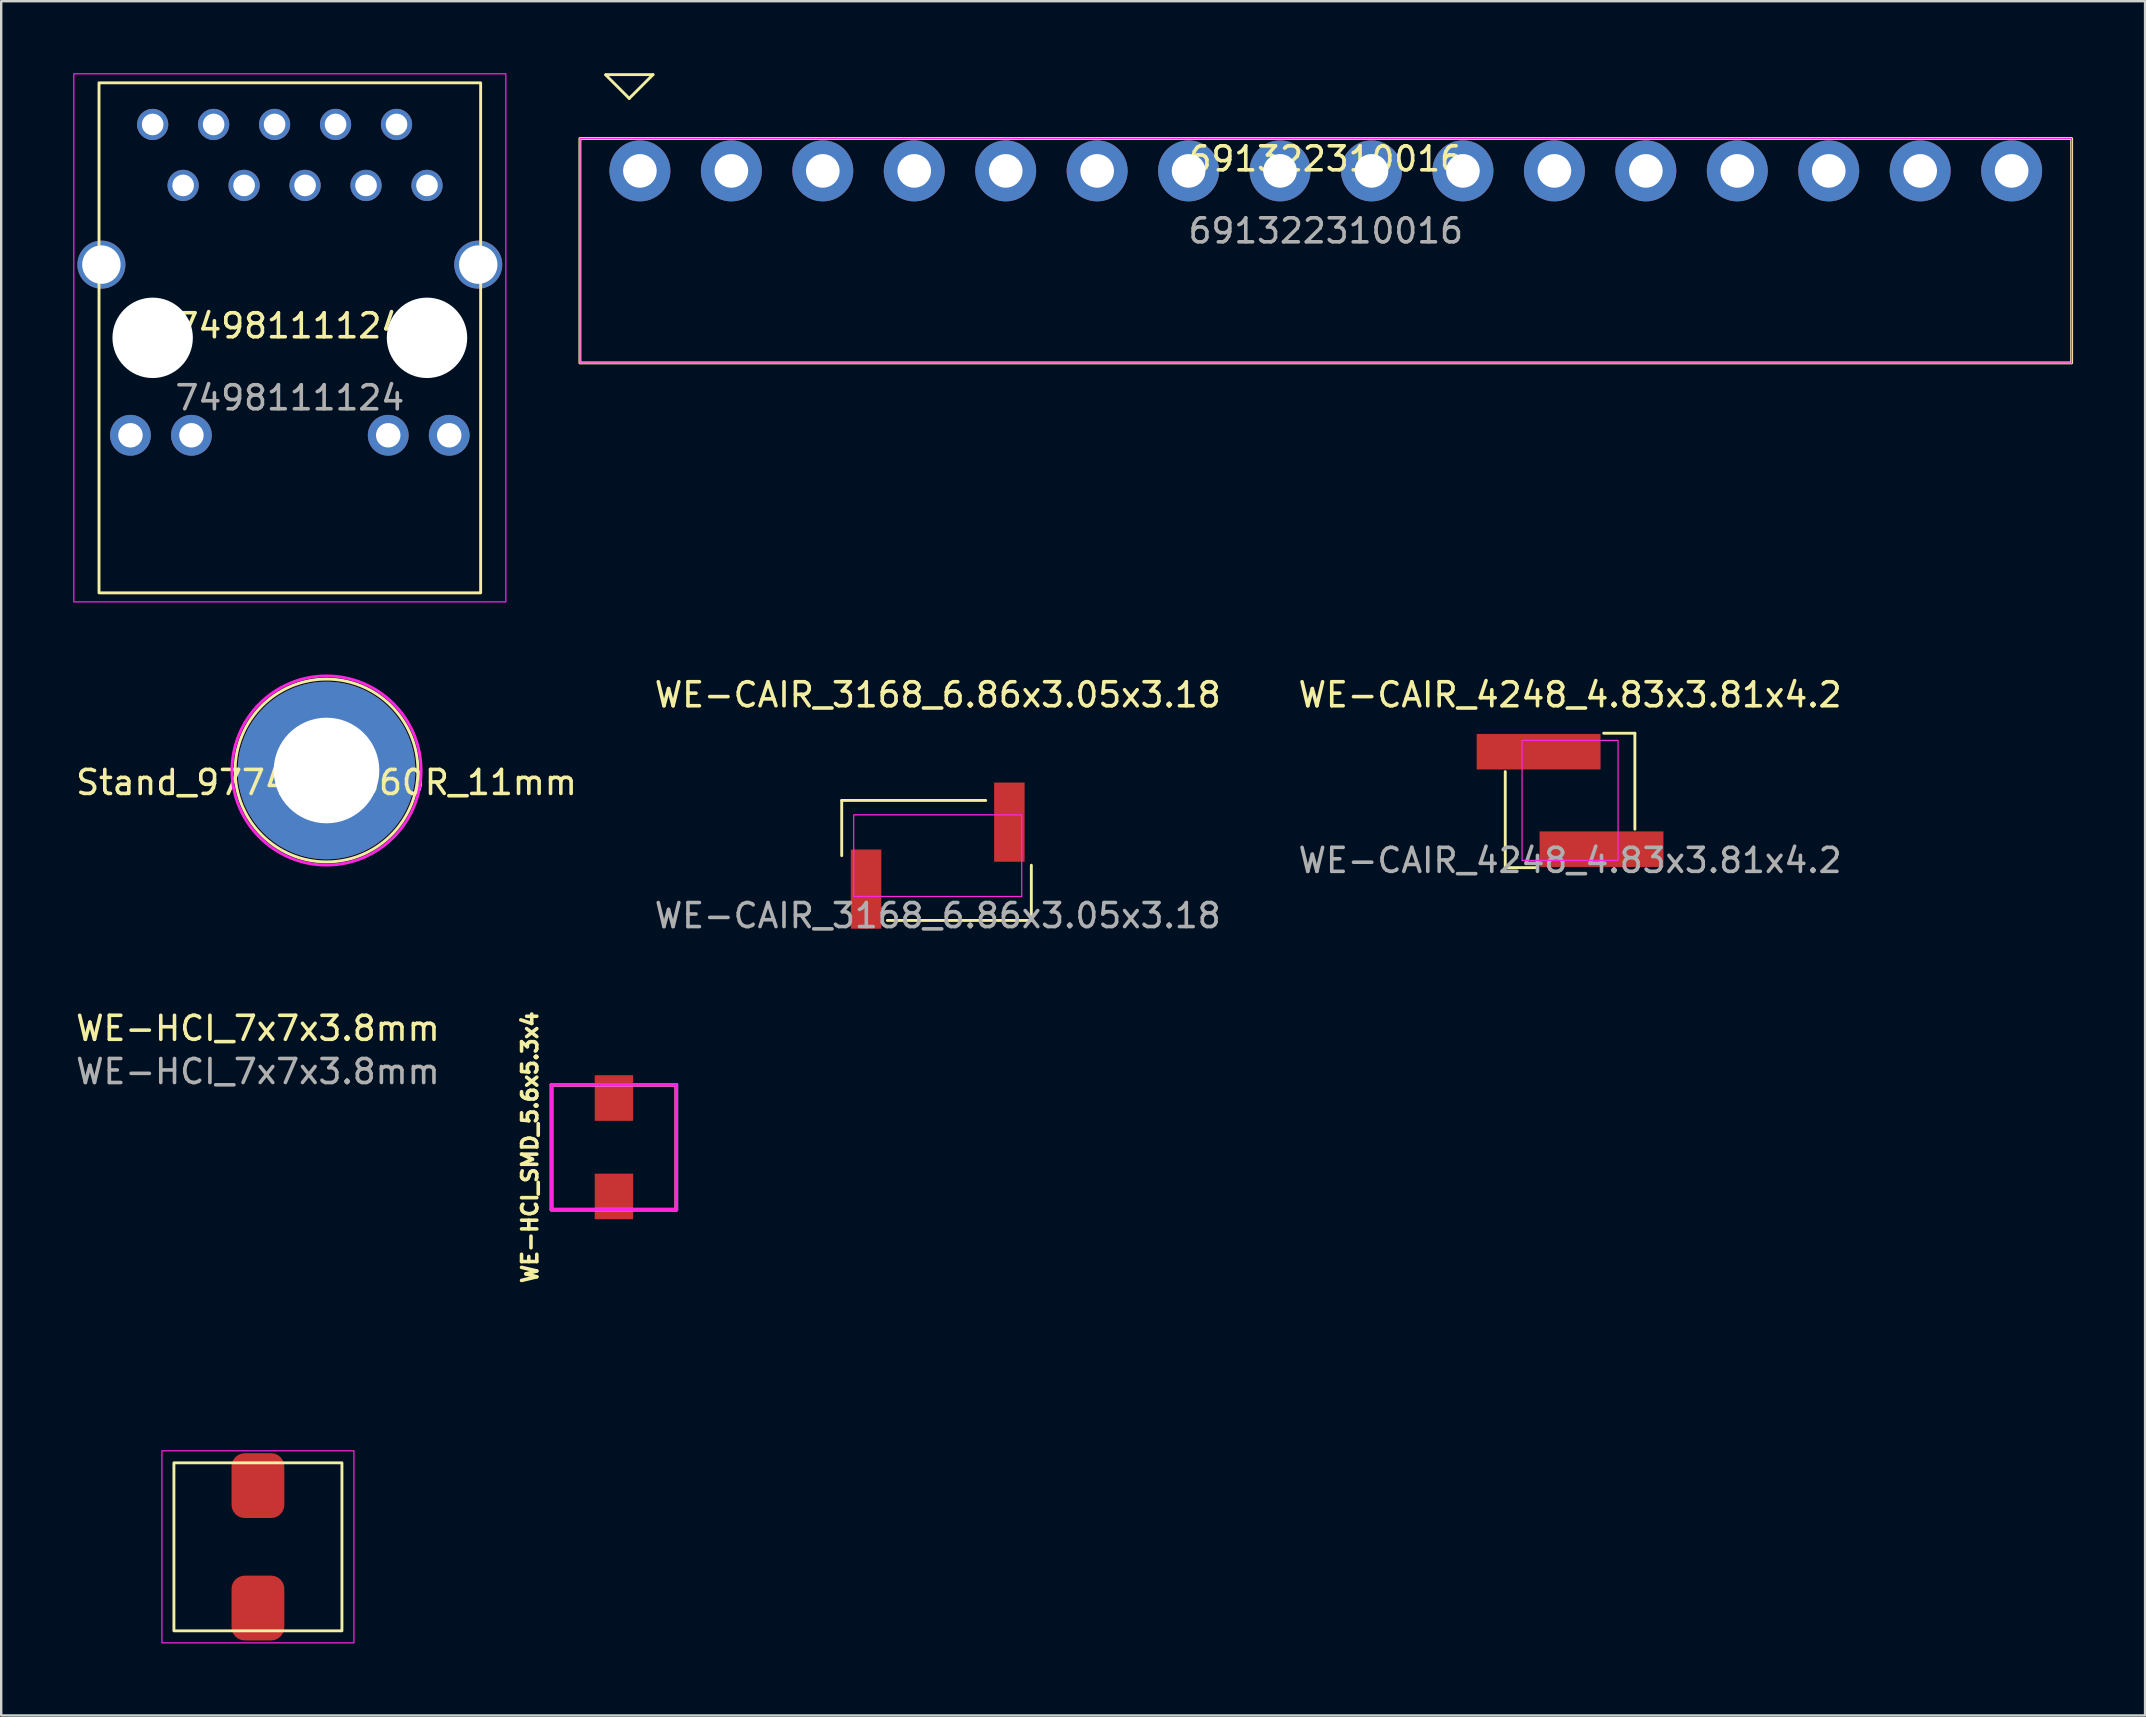
<source format=kicad_pcb>
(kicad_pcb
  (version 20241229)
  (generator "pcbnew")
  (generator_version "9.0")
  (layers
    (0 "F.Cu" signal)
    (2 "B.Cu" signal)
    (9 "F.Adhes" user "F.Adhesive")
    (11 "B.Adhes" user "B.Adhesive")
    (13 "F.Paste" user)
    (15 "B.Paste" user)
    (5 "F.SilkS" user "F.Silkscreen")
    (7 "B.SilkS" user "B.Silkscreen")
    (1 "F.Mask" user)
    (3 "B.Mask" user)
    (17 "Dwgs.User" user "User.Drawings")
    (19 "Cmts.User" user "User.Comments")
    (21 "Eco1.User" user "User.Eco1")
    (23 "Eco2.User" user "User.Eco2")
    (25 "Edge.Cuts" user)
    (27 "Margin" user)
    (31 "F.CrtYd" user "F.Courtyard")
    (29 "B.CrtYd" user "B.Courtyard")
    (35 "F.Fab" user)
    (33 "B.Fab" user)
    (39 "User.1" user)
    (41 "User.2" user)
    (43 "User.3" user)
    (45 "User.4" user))
  (footprint "WE-HCI_7x7x3.8mm"
    (layer "F.Cu")
    (at 7.696 61.395)
    (property "Reference" "WE-HCI_7x7x3.8mm" (at 0 -21.6 0) (unlocked yes) (layer "F.SilkS") (effects (font (size 1 1) (thickness 0.15))))
    (attr smd)
    (fp_rect (start -3.5 -3.5) (end 3.5 3.5) (stroke (width 0.12) (type solid)) (fill no) (layer "F.SilkS"))
    (fp_rect (start -4 -4) (end 4 4) (stroke (width 0.05) (type solid)) (fill no) (layer "F.CrtYd"))
    (fp_text user "${REFERENCE}" (at 0 -19.8 0) (unlocked yes) (layer "F.Fab") (effects (font (size 1 1) (thickness 0.15))))
    (pad "1" smd roundrect (at 0 -2.55) (size 2.2 2.7) (layers "F.Cu" "F.Mask" "F.Paste") (roundrect_rratio 0.25))
    (pad "2" smd roundrect (at 0 2.55) (size 2.2 2.7) (layers "F.Cu" "F.Mask" "F.Paste") (roundrect_rratio 0.25)))
  (footprint "691322310016"
    (layer "F.Cu")
    (at 52.185 4.07)
    (property "Reference" "691322310016" (at 0 -0.5 0) (unlocked yes) (layer "F.SilkS") (effects (font (size 1 1) (thickness 0.15))))
    (attr through_hole)
    (fp_line (start -30 -4) (end -29.02 -3.02) (stroke (width 0.12) (type default)) (layer "F.SilkS"))
    (fp_line (start -29.02 -3.02) (end -28.03 -4.01) (stroke (width 0.12) (type default)) (layer "F.SilkS"))
    (fp_line (start -28.03 -4.01) (end -30 -4.01) (stroke (width 0.12) (type default)) (layer "F.SilkS"))
    (fp_rect (start -31.075 -1.35) (end 31.075 8) (stroke (width 0.12) (type solid)) (fill no) (layer "F.SilkS"))
    (fp_rect (start -31.07 -1.35) (end 31.07 8) (stroke (width 0.05) (type default)) (fill no) (layer "F.CrtYd"))
    (fp_text user "${REFERENCE}" (at 0 2.5 0) (unlocked yes) (layer "F.Fab") (effects (font (size 1 1) (thickness 0.15))))
    (pad "1" thru_hole circle (at -28.575 0) (size 2.54 2.54) (drill 1.4) (layers "*.Cu" "*.Mask"))
    (pad "2" thru_hole circle (at -24.765 0) (size 2.54 2.54) (drill 1.4) (layers "*.Cu" "*.Mask"))
    (pad "3" thru_hole circle (at -20.955 0) (size 2.54 2.54) (drill 1.4) (layers "*.Cu" "*.Mask"))
    (pad "4" thru_hole circle (at -17.145 0) (size 2.54 2.54) (drill 1.4) (layers "*.Cu" "*.Mask"))
    (pad "5" thru_hole circle (at -13.335 0) (size 2.54 2.54) (drill 1.4) (layers "*.Cu" "*.Mask"))
    (pad "6" thru_hole circle (at -9.525 0) (size 2.54 2.54) (drill 1.4) (layers "*.Cu" "*.Mask"))
    (pad "7" thru_hole circle (at -5.715 0) (size 2.54 2.54) (drill 1.4) (layers "*.Cu" "*.Mask"))
    (pad "8" thru_hole circle (at -1.905 0) (size 2.54 2.54) (drill 1.4) (layers "*.Cu" "*.Mask"))
    (pad "9" thru_hole circle (at 1.905 0) (size 2.54 2.54) (drill 1.4) (layers "*.Cu" "*.Mask"))
    (pad "10" thru_hole circle (at 5.715 0) (size 2.54 2.54) (drill 1.4) (layers "*.Cu" "*.Mask"))
    (pad "11" thru_hole circle (at 9.525 0) (size 2.54 2.54) (drill 1.4) (layers "*.Cu" "*.Mask"))
    (pad "12" thru_hole circle (at 13.335 0) (size 2.54 2.54) (drill 1.4) (layers "*.Cu" "*.Mask"))
    (pad "13" thru_hole circle (at 17.145 0) (size 2.54 2.54) (drill 1.4) (layers "*.Cu" "*.Mask"))
    (pad "14" thru_hole circle (at 20.955 0) (size 2.54 2.54) (drill 1.4) (layers "*.Cu" "*.Mask"))
    (pad "15" thru_hole circle (at 24.765 0) (size 2.54 2.54) (drill 1.4) (layers "*.Cu" "*.Mask"))
    (pad "16" thru_hole circle (at 28.575 0) (size 2.54 2.54) (drill 1.4) (layers "*.Cu" "*.Mask")))
  (footprint "WE-CAIR_4248_4.83x3.81x4.2"
    (layer "F.Cu")
    (at 62.363 30.298)
    (property "Reference" "WE-CAIR_4248_4.83x3.81x4.2" (at 0 -4.4 0) (unlocked yes) (layer "F.SilkS") (effects (font (size 1 1) (thickness 0.15))))
    (attr smd)
    (fp_line (start -2.7 2.8) (end -2.7 -1.2) (stroke (width 0.12) (type solid)) (layer "F.SilkS"))
    (fp_line (start -1.4 2.8) (end -2.7 2.8) (stroke (width 0.12) (type solid)) (layer "F.SilkS"))
    (fp_line (start 1.4 -2.8) (end 2.7 -2.8) (stroke (width 0.12) (type solid)) (layer "F.SilkS"))
    (fp_line (start 2.7 -2.8) (end 2.7 1.2) (stroke (width 0.12) (type solid)) (layer "F.SilkS"))
    (fp_rect (start -2 -2.5) (end 2 2.5) (stroke (width 0.05) (type solid)) (fill no) (layer "F.CrtYd"))
    (fp_text user "${REFERENCE}" (at 0 2.5 0) (unlocked yes) (layer "F.Fab") (effects (font (size 1 1) (thickness 0.15))))
    (pad "1" smd rect (at -1.31 -2.03) (size 5.16 1.48) (layers "F.Cu" "F.Mask" "F.Paste"))
    (pad "2" smd rect (at 1.31 2.03) (size 5.16 1.48) (layers "F.Cu" "F.Mask" "F.Paste")))
  (footprint "7498111124"
    (layer "F.Cu")
    (at 9.025 11.025)
    (property "Reference" "7498111124" (at 0 -0.5 0) (unlocked yes) (layer "F.SilkS") (effects (font (size 1 1) (thickness 0.15))))
    (attr through_hole)
    (fp_rect (start -7.95 -10.625) (end 7.95 10.625) (stroke (width 0.12) (type default)) (fill no) (layer "F.SilkS"))
    (fp_rect (start -9 -11) (end 9 11) (stroke (width 0.05) (type default)) (fill no) (layer "F.CrtYd"))
    (fp_text user "${REFERENCE}" (at 0 2.5 0) (unlocked yes) (layer "F.Fab") (effects (font (size 1 1) (thickness 0.15))))
    (pad "" np_thru_hole circle (at -5.715 0) (size 3.35 3.35) (drill 3.35) (layers "*.Cu" "*.Mask"))
    (pad "" np_thru_hole circle (at 5.715 0) (size 3.35 3.35) (drill 3.35) (layers "*.Cu" "*.Mask"))
    (pad "0" thru_hole circle (at -7.85 -3.05) (size 2 2) (drill 1.6) (layers "*.Cu" "*.Mask"))
    (pad "0" thru_hole circle (at 7.85 -3.05) (size 2 2) (drill 1.6) (layers "*.Cu" "*.Mask"))
    (pad "1" thru_hole circle (at -5.715 -8.89) (size 1.3 1.3) (drill 0.9) (layers "*.Cu" "*.Mask"))
    (pad "2" thru_hole circle (at -4.445 -6.35) (size 1.3 1.3) (drill 0.9) (layers "*.Cu" "*.Mask"))
    (pad "3" thru_hole circle (at -3.175 -8.89) (size 1.3 1.3) (drill 0.9) (layers "*.Cu" "*.Mask"))
    (pad "4" thru_hole circle (at -1.905 -6.35) (size 1.3 1.3) (drill 0.9) (layers "*.Cu" "*.Mask"))
    (pad "5" thru_hole circle (at -0.635 -8.89) (size 1.3 1.3) (drill 0.9) (layers "*.Cu" "*.Mask"))
    (pad "6" thru_hole circle (at 0.635 -6.35) (size 1.3 1.3) (drill 0.9) (layers "*.Cu" "*.Mask"))
    (pad "7" thru_hole circle (at 1.905 -8.89) (size 1.3 1.3) (drill 0.9) (layers "*.Cu" "*.Mask"))
    (pad "8" thru_hole circle (at 3.175 -6.35) (size 1.3 1.3) (drill 0.9) (layers "*.Cu" "*.Mask"))
    (pad "9" thru_hole circle (at 4.445 -8.89) (size 1.3 1.3) (drill 0.9) (layers "*.Cu" "*.Mask"))
    (pad "10" thru_hole circle (at 5.715 -6.35) (size 1.3 1.3) (drill 0.9) (layers "*.Cu" "*.Mask"))
    (pad "11" thru_hole circle (at -6.64 4.06) (size 1.7 1.7) (drill 1.02) (layers "*.Cu" "*.Mask"))
    (pad "12" thru_hole circle (at -4.1 4.06) (size 1.7 1.7) (drill 1.02) (layers "*.Cu" "*.Mask"))
    (pad "13" thru_hole circle (at 4.1 4.06) (size 1.7 1.7) (drill 1.02) (layers "*.Cu" "*.Mask"))
    (pad "14" thru_hole circle (at 6.64 4.06) (size 1.7 1.7) (drill 1.02) (layers "*.Cu" "*.Mask")))
  (footprint "Stand_9774110360R_11mm"
    (layer "F.Cu")
    (at 10.554 29.051)
    (property "Reference" "Stand_9774110360R_11mm" (at 0 0.5 0) (layer "F.SilkS") (effects (font (size 1 1) (thickness 0.15))))
    (attr through_hole)
    (fp_circle (center 0 0) (end 3.3 1.9) (stroke (width 0.12) (type solid)) (fill no) (layer "F.SilkS"))
    (fp_circle (center 0 0) (end 2.3 3.2) (stroke (width 0.12) (type solid)) (fill no) (layer "F.CrtYd"))
    (pad "1" thru_hole circle (at 0 0) (size 7.4 7.4) (drill 4.4) (layers "*.Cu" "*.Mask")))
  (footprint "WE-HCI_SMD_5.6x5.3x4"
    (layer "F.Cu")
    (at 22.528 44.747)
    (property "Reference" "WE-HCI_SMD_5.6x5.3x4" (at -3.5 0 90) (layer "F.SilkS") (effects (font (size 0.635 0.635) (thickness 0.15))))
    (attr through_hole)
    (fp_line (start -2.6 -2.6) (end 2.6 -2.6) (stroke (width 0.15) (type solid)) (layer "F.SilkS"))
    (fp_line (start -2.6 2.6) (end -2.6 -2.6) (stroke (width 0.15) (type solid)) (layer "F.SilkS"))
    (fp_line (start 2.6 -2.6) (end 2.6 2.6) (stroke (width 0.15) (type solid)) (layer "F.SilkS"))
    (fp_line (start 2.6 2.6) (end -2.6 2.6) (stroke (width 0.15) (type solid)) (layer "F.SilkS"))
    (fp_line (start -2.6 -2.6) (end 2.6 -2.6) (stroke (width 0.15) (type solid)) (layer "F.CrtYd"))
    (fp_line (start -2.6 2.6) (end -2.6 -2.6) (stroke (width 0.15) (type solid)) (layer "F.CrtYd"))
    (fp_line (start 2.6 -2.6) (end 2.6 2.6) (stroke (width 0.15) (type solid)) (layer "F.CrtYd"))
    (fp_line (start 2.6 2.6) (end -2.6 2.6) (stroke (width 0.15) (type solid)) (layer "F.CrtYd"))
    (pad "1" smd rect (at 0 -2.05) (size 1.6 1.9) (layers "F.Cu" "F.Mask" "F.Paste"))
    (pad "2" smd rect (at 0 2.05) (size 1.6 1.9) (layers "F.Cu" "F.Mask" "F.Paste")))
  (footprint "WE-CAIR_3168_6.86x3.05x3.18"
    (layer "F.Cu")
    (at 36.018 32.598)
    (property "Reference" "WE-CAIR_3168_6.86x3.05x3.18" (at 0 -6.7 0) (unlocked yes) (layer "F.SilkS") (effects (font (size 1 1) (thickness 0.15))))
    (attr smd)
    (fp_line (start 3.9 2.7) (end -2.1 2.7) (stroke (width 0.12) (type solid)) (layer "F.SilkS"))
    (fp_rect (start -4 0) (end -4 -2.3) (stroke (width 0.12) (type solid)) (fill no) (layer "F.SilkS"))
    (fp_rect (start 2 -2.3) (end -4 -2.3) (stroke (width 0.12) (type solid)) (fill no) (layer "F.SilkS"))
    (fp_rect (start 3.9 0.4) (end 3.9 2.7) (stroke (width 0.12) (type solid)) (fill no) (layer "F.SilkS"))
    (fp_rect (start -3.5 -1.7) (end 3.5 1.7) (stroke (width 0.05) (type solid)) (fill no) (layer "F.CrtYd"))
    (fp_text user "${REFERENCE}" (at 0 2.5 0) (unlocked yes) (layer "F.Fab") (effects (font (size 1 1) (thickness 0.15))))
    (pad "1" smd rect (at -2.985 1.395) (size 1.27 3.3) (layers "F.Cu" "F.Mask" "F.Paste"))
    (pad "2" smd rect (at 2.985 -1.395) (size 1.27 3.3) (layers "F.Cu" "F.Mask" "F.Paste")))
  (gr_rect
    (start -3 -3)
    (end 86.32 68.42)
    (stroke (width 0.1) (type default))
    (fill no)
    (layer "Edge.Cuts")))
</source>
